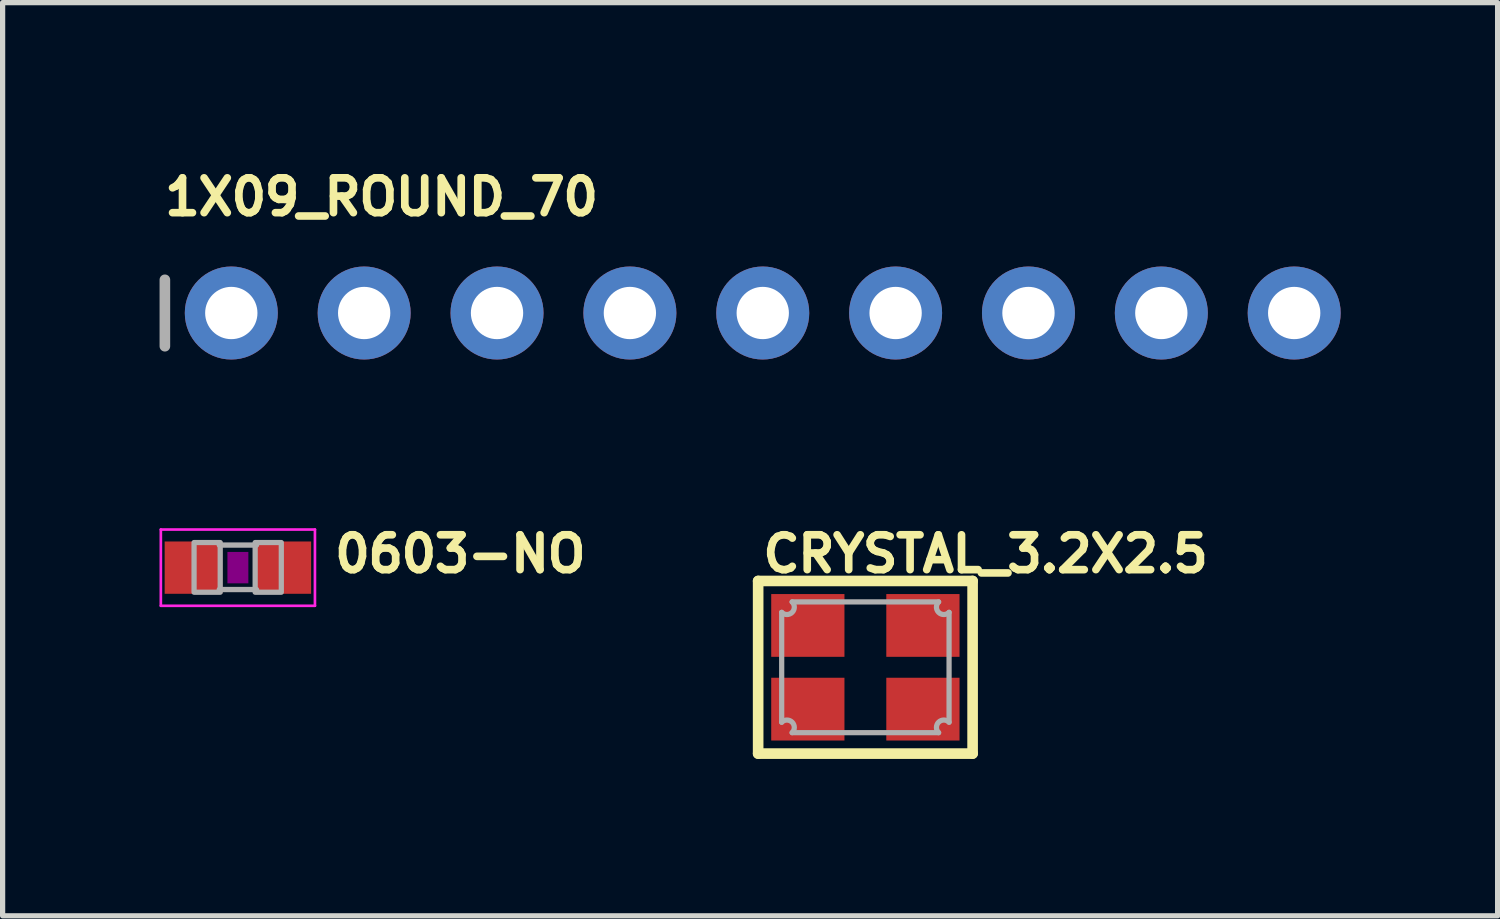
<source format=kicad_pcb>
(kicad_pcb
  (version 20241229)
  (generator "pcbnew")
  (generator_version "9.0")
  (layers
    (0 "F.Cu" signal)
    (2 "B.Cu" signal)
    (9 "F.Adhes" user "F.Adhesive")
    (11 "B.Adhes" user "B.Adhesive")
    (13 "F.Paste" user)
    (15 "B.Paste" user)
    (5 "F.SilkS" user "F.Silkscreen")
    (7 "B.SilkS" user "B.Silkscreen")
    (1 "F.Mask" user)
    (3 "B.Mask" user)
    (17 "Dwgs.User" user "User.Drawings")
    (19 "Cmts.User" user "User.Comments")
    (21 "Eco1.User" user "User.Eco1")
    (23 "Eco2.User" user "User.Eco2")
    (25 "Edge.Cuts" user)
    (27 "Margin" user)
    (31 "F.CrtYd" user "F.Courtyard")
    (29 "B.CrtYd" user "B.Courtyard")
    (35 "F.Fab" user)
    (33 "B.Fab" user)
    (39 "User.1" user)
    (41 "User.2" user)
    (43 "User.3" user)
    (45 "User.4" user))
  (footprint "1X09_ROUND_70"
    (layer "F.Cu")
    (at 11.532 2.934)
    (property "Reference" "1X09_ROUND_70" (at -11.506 -1.829 0) (unlocked yes) (layer "F.SilkS") (effects (font (size 0.666 0.666) (thickness 0.146)) (justify left bottom)))
    (fp_line (start -11.43 -0.635) (end -11.43 0.635) (stroke (width 0.203) (type solid)) (layer "F.Fab"))
    (fp_poly (pts (xy -10.414 0.254) (xy -9.906 0.254) (xy -9.906 -0.254) (xy -10.414 -0.254)) (stroke (width 0.1) (type default)) (fill no) (layer "F.Fab"))
    (fp_poly (pts (xy -7.874 0.254) (xy -7.366 0.254) (xy -7.366 -0.254) (xy -7.874 -0.254)) (stroke (width 0.1) (type default)) (fill no) (layer "F.Fab"))
    (fp_poly (pts (xy -5.334 0.254) (xy -4.826 0.254) (xy -4.826 -0.254) (xy -5.334 -0.254)) (stroke (width 0.1) (type default)) (fill no) (layer "F.Fab"))
    (fp_poly (pts (xy -2.794 0.254) (xy -2.286 0.254) (xy -2.286 -0.254) (xy -2.794 -0.254)) (stroke (width 0.1) (type default)) (fill no) (layer "F.Fab"))
    (fp_poly (pts (xy -0.254 0.254) (xy 0.254 0.254) (xy 0.254 -0.254) (xy -0.254 -0.254)) (stroke (width 0.1) (type default)) (fill no) (layer "F.Fab"))
    (fp_poly (pts (xy 2.286 0.254) (xy 2.794 0.254) (xy 2.794 -0.254) (xy 2.286 -0.254)) (stroke (width 0.1) (type default)) (fill no) (layer "F.Fab"))
    (fp_poly (pts (xy 4.826 0.254) (xy 5.334 0.254) (xy 5.334 -0.254) (xy 4.826 -0.254)) (stroke (width 0.1) (type default)) (fill no) (layer "F.Fab"))
    (fp_poly (pts (xy 7.366 0.254) (xy 7.874 0.254) (xy 7.874 -0.254) (xy 7.366 -0.254)) (stroke (width 0.1) (type default)) (fill no) (layer "F.Fab"))
    (fp_poly (pts (xy 9.906 0.254) (xy 10.414 0.254) (xy 10.414 -0.254) (xy 9.906 -0.254)) (stroke (width 0.1) (type default)) (fill no) (layer "F.Fab"))
    (pad "1" thru_hole circle (at -10.16 0 90) (size 1.778 1.778) (drill 1) (layers "*.Cu" "*.Mask"))
    (pad "2" thru_hole circle (at -7.62 0 90) (size 1.778 1.778) (drill 1) (layers "*.Cu" "*.Mask"))
    (pad "3" thru_hole circle (at -5.08 0 90) (size 1.778 1.778) (drill 1) (layers "*.Cu" "*.Mask"))
    (pad "4" thru_hole circle (at -2.54 0 90) (size 1.778 1.778) (drill 1) (layers "*.Cu" "*.Mask"))
    (pad "5" thru_hole circle (at 0 0 90) (size 1.778 1.778) (drill 1) (layers "*.Cu" "*.Mask"))
    (pad "6" thru_hole circle (at 2.54 0 90) (size 1.778 1.778) (drill 1) (layers "*.Cu" "*.Mask"))
    (pad "7" thru_hole circle (at 5.08 0 90) (size 1.778 1.778) (drill 1) (layers "*.Cu" "*.Mask"))
    (pad "8" thru_hole circle (at 7.62 0 90) (size 1.778 1.778) (drill 1) (layers "*.Cu" "*.Mask"))
    (pad "9" thru_hole circle (at 10.16 0 90) (size 1.778 1.778) (drill 1) (layers "*.Cu" "*.Mask")))
  (footprint "CRYSTAL_3.2X2.5"
    (layer "F.Cu")
    (at 13.494 9.707)
    (property "Reference" "CRYSTAL_3.2X2.5" (at -2.032 -1.778 0) (unlocked yes) (layer "F.SilkS") (effects (font (size 0.666 0.666) (thickness 0.146)) (justify left bottom)))
    (fp_line (start -2.05 -1.65) (end -2.05 1.65) (stroke (width 0.203) (type solid)) (layer "F.SilkS"))
    (fp_line (start -2.05 -1.65) (end 2.05 -1.65) (stroke (width 0.203) (type solid)) (layer "F.SilkS"))
    (fp_line (start -2.05 1.65) (end 2.05 1.65) (stroke (width 0.203) (type solid)) (layer "F.SilkS"))
    (fp_line (start 2.05 -1.65) (end 2.05 1.65) (stroke (width 0.203) (type solid)) (layer "F.SilkS"))
    (fp_line (start -1.6 -1.05) (end -1.6 1.05) (stroke (width 0.1) (type solid)) (layer "F.Fab"))
    (fp_line (start -1.4 -1.25) (end 1.4 -1.25) (stroke (width 0.1) (type solid)) (layer "F.Fab"))
    (fp_line (start -1.4 1.25) (end 1.4 1.25) (stroke (width 0.1) (type solid)) (layer "F.Fab"))
    (fp_line (start 1.6 -1.05) (end 1.6 1.05) (stroke (width 0.1) (type solid)) (layer "F.Fab"))
    (fp_arc (start -1.6 1.05) (mid -1.4 1.05) (end -1.4 1.25) (stroke (width 0.1) (type solid)) (layer "F.Fab"))
    (fp_arc (start -1.4 -1.25) (mid -1.4 -1.05) (end -1.6 -1.05) (stroke (width 0.1) (type solid)) (layer "F.Fab"))
    (fp_arc (start 1.4 1.25) (mid 1.4 1.05) (end 1.6 1.05) (stroke (width 0.1) (type solid)) (layer "F.Fab"))
    (fp_arc (start 1.6 -1.05) (mid 1.4 -1.05) (end 1.4 -1.25) (stroke (width 0.1) (type solid)) (layer "F.Fab"))
    (pad "1" smd rect (at -1.1 0.8) (size 1.4 1.2) (layers "F.Cu" "F.Mask" "F.Paste"))
    (pad "2" smd rect (at 1.1 -0.8) (size 1.4 1.2) (layers "F.Cu" "F.Mask" "F.Paste"))
    (pad "GND1" smd rect (at -1.1 -0.8) (size 1.4 1.2) (layers "F.Cu" "F.Mask" "F.Paste"))
    (pad "GND2" smd rect (at 1.1 0.8) (size 1.4 1.2) (layers "F.Cu" "F.Mask" "F.Paste")))
  (footprint "0603-NO"
    (layer "F.Cu")
    (at 1.498 7.802)
    (property "Reference" "0603-NO" (at 1.778 0.127 0) (unlocked yes) (layer "F.SilkS") (effects (font (size 0.666 0.666) (thickness 0.146)) (justify left bottom)))
    (fp_poly (pts (xy -0.2 0.3) (xy 0.2 0.3) (xy 0.2 -0.3) (xy -0.2 -0.3)) (stroke (width 0) (type default)) (fill yes) (layer "F.Adhes"))
    (fp_line (start -1.473 -0.729) (end 1.473 -0.729) (stroke (width 0.051) (type solid)) (layer "F.CrtYd"))
    (fp_line (start -1.473 0.729) (end -1.473 -0.729) (stroke (width 0.051) (type solid)) (layer "F.CrtYd"))
    (fp_line (start 1.473 -0.729) (end 1.473 0.729) (stroke (width 0.051) (type solid)) (layer "F.CrtYd"))
    (fp_line (start 1.473 0.729) (end -1.473 0.729) (stroke (width 0.051) (type solid)) (layer "F.CrtYd"))
    (fp_line (start -0.356 -0.432) (end 0.356 -0.432) (stroke (width 0.102) (type solid)) (layer "F.Fab"))
    (fp_line (start -0.356 0.419) (end 0.356 0.419) (stroke (width 0.102) (type solid)) (layer "F.Fab"))
    (fp_poly (pts (xy -0.838 0.47) (xy -0.338 0.47) (xy -0.338 -0.48) (xy -0.838 -0.48)) (stroke (width 0.1) (type default)) (fill no) (layer "F.Fab"))
    (fp_poly (pts (xy 0.33 0.47) (xy 0.83 0.47) (xy 0.83 -0.48) (xy 0.33 -0.48)) (stroke (width 0.1) (type default)) (fill no) (layer "F.Fab"))
    (pad "1" smd rect (at -0.85 0) (size 1.1 1) (layers "F.Cu" "F.Mask" "F.Paste"))
    (pad "2" smd rect (at 0.85 0) (size 1.1 1) (layers "F.Cu" "F.Mask" "F.Paste")))
  (gr_rect
    (start -3 -3)
    (end 25.581 14.458)
    (stroke (width 0.1) (type default))
    (fill no)
    (layer "Edge.Cuts")))
</source>
